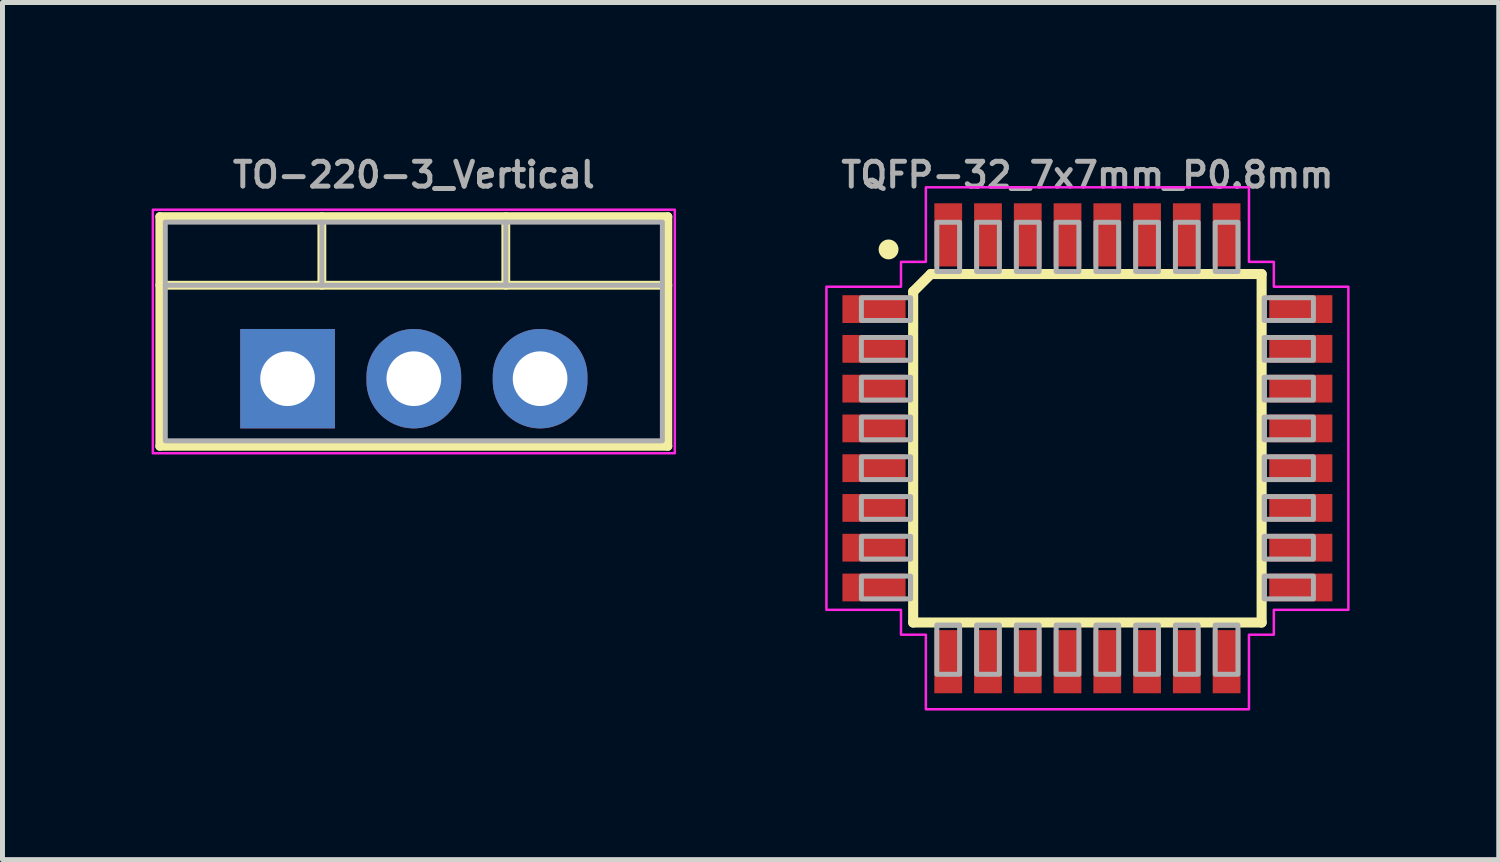
<source format=kicad_pcb>
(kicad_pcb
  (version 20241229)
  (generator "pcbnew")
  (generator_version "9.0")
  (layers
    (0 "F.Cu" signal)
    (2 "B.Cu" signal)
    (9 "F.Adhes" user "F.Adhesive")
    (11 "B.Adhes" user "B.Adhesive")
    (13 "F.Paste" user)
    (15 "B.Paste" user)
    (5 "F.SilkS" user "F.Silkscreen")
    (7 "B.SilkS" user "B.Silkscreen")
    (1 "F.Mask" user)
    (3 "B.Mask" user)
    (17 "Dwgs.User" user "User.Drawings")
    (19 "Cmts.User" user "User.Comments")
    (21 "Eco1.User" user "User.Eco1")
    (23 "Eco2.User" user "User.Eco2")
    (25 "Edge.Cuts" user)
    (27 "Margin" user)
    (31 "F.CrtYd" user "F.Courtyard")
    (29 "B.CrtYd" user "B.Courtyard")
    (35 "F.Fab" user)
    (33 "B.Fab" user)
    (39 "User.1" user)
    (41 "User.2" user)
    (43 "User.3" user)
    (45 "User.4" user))
  (footprint "TQFP-32_7x7mm_P0.8mm"
    (layer "F.Cu")
    (at 18.825 5.968)
    (property "Reference" "TQFP-32_7x7mm_P0.8mm" (at 0 -5.5 0) (unlocked yes) (layer "F.Fab") (effects (font (size 0.5 0.5) (thickness 0.1))))
    (fp_line (start -3.505 3.505) (end -3.505 -3.15) (stroke (width 0.203) (type solid)) (layer "F.SilkS"))
    (fp_line (start -3.15 -3.505) (end -3.505 -3.15) (stroke (width 0.203) (type solid)) (layer "F.SilkS"))
    (fp_line (start -3.15 -3.505) (end 3.505 -3.505) (stroke (width 0.203) (type solid)) (layer "F.SilkS"))
    (fp_line (start 3.505 -3.505) (end 3.505 3.505) (stroke (width 0.203) (type solid)) (layer "F.SilkS"))
    (fp_line (start 3.505 3.505) (end -3.505 3.505) (stroke (width 0.203) (type solid)) (layer "F.SilkS"))
    (fp_circle (center -4 -4) (end -4.1 -4) (stroke (width 0.2) (type solid)) (fill yes) (layer "F.SilkS"))
    (fp_poly (pts (xy 3.25 -3.75) (xy 3.75 -3.75) (xy 3.75 -3.25) (xy 5.25 -3.25) (xy 5.25 3.25) (xy 3.75 3.25) (xy 3.75 3.75) (xy 3.25 3.75) (xy 3.25 5.25) (xy -3.25 5.25) (xy -3.25 3.75) (xy -3.75 3.75) (xy -3.75 3.25) (xy -5.25 3.25) (xy -5.25 -3.25) (xy -3.75 -3.25) (xy -3.75 -3.75) (xy -3.25 -3.75) (xy -3.25 -5.25) (xy 3.25 -5.25)) (stroke (width 0.05) (type solid)) (fill no) (layer "F.CrtYd"))
    (fp_poly (pts (xy -4.547 -2.571) (xy -3.556 -2.571) (xy -3.556 -3.029) (xy -4.547 -3.029)) (stroke (width 0.1) (type default)) (fill no) (layer "F.Fab"))
    (fp_poly (pts (xy -4.547 -1.771) (xy -3.556 -1.771) (xy -3.556 -2.229) (xy -4.547 -2.229)) (stroke (width 0.1) (type default)) (fill no) (layer "F.Fab"))
    (fp_poly (pts (xy -4.547 -0.971) (xy -3.556 -0.971) (xy -3.556 -1.429) (xy -4.547 -1.429)) (stroke (width 0.1) (type default)) (fill no) (layer "F.Fab"))
    (fp_poly (pts (xy -4.547 -0.171) (xy -3.556 -0.171) (xy -3.556 -0.629) (xy -4.547 -0.629)) (stroke (width 0.1) (type default)) (fill no) (layer "F.Fab"))
    (fp_poly (pts (xy -4.547 0.629) (xy -3.556 0.629) (xy -3.556 0.171) (xy -4.547 0.171)) (stroke (width 0.1) (type default)) (fill no) (layer "F.Fab"))
    (fp_poly (pts (xy -4.547 1.429) (xy -3.556 1.429) (xy -3.556 0.971) (xy -4.547 0.971)) (stroke (width 0.1) (type default)) (fill no) (layer "F.Fab"))
    (fp_poly (pts (xy -4.547 2.229) (xy -3.556 2.229) (xy -3.556 1.771) (xy -4.547 1.771)) (stroke (width 0.1) (type default)) (fill no) (layer "F.Fab"))
    (fp_poly (pts (xy -4.547 3.029) (xy -3.556 3.029) (xy -3.556 2.571) (xy -4.547 2.571)) (stroke (width 0.1) (type default)) (fill no) (layer "F.Fab"))
    (fp_poly (pts (xy -3.029 -3.556) (xy -2.571 -3.556) (xy -2.571 -4.547) (xy -3.029 -4.547)) (stroke (width 0.1) (type default)) (fill no) (layer "F.Fab"))
    (fp_poly (pts (xy -3.029 4.547) (xy -2.571 4.547) (xy -2.571 3.556) (xy -3.029 3.556)) (stroke (width 0.1) (type default)) (fill no) (layer "F.Fab"))
    (fp_poly (pts (xy -2.229 -3.556) (xy -1.771 -3.556) (xy -1.771 -4.547) (xy -2.229 -4.547)) (stroke (width 0.1) (type default)) (fill no) (layer "F.Fab"))
    (fp_poly (pts (xy -2.229 4.547) (xy -1.771 4.547) (xy -1.771 3.556) (xy -2.229 3.556)) (stroke (width 0.1) (type default)) (fill no) (layer "F.Fab"))
    (fp_poly (pts (xy -1.429 -3.556) (xy -0.971 -3.556) (xy -0.971 -4.547) (xy -1.429 -4.547)) (stroke (width 0.1) (type default)) (fill no) (layer "F.Fab"))
    (fp_poly (pts (xy -1.429 4.547) (xy -0.971 4.547) (xy -0.971 3.556) (xy -1.429 3.556)) (stroke (width 0.1) (type default)) (fill no) (layer "F.Fab"))
    (fp_poly (pts (xy -0.629 -3.556) (xy -0.171 -3.556) (xy -0.171 -4.547) (xy -0.629 -4.547)) (stroke (width 0.1) (type default)) (fill no) (layer "F.Fab"))
    (fp_poly (pts (xy -0.629 4.547) (xy -0.171 4.547) (xy -0.171 3.556) (xy -0.629 3.556)) (stroke (width 0.1) (type default)) (fill no) (layer "F.Fab"))
    (fp_poly (pts (xy 0.171 -3.556) (xy 0.629 -3.556) (xy 0.629 -4.547) (xy 0.171 -4.547)) (stroke (width 0.1) (type default)) (fill no) (layer "F.Fab"))
    (fp_poly (pts (xy 0.171 4.547) (xy 0.629 4.547) (xy 0.629 3.556) (xy 0.171 3.556)) (stroke (width 0.1) (type default)) (fill no) (layer "F.Fab"))
    (fp_poly (pts (xy 0.971 -3.556) (xy 1.429 -3.556) (xy 1.429 -4.547) (xy 0.971 -4.547)) (stroke (width 0.1) (type default)) (fill no) (layer "F.Fab"))
    (fp_poly (pts (xy 0.971 4.547) (xy 1.429 4.547) (xy 1.429 3.556) (xy 0.971 3.556)) (stroke (width 0.1) (type default)) (fill no) (layer "F.Fab"))
    (fp_poly (pts (xy 1.771 -3.556) (xy 2.229 -3.556) (xy 2.229 -4.547) (xy 1.771 -4.547)) (stroke (width 0.1) (type default)) (fill no) (layer "F.Fab"))
    (fp_poly (pts (xy 1.771 4.547) (xy 2.229 4.547) (xy 2.229 3.556) (xy 1.771 3.556)) (stroke (width 0.1) (type default)) (fill no) (layer "F.Fab"))
    (fp_poly (pts (xy 2.571 -3.556) (xy 3.029 -3.556) (xy 3.029 -4.547) (xy 2.571 -4.547)) (stroke (width 0.1) (type default)) (fill no) (layer "F.Fab"))
    (fp_poly (pts (xy 2.571 4.547) (xy 3.029 4.547) (xy 3.029 3.556) (xy 2.571 3.556)) (stroke (width 0.1) (type default)) (fill no) (layer "F.Fab"))
    (fp_poly (pts (xy 3.556 -2.571) (xy 4.547 -2.571) (xy 4.547 -3.029) (xy 3.556 -3.029)) (stroke (width 0.1) (type default)) (fill no) (layer "F.Fab"))
    (fp_poly (pts (xy 3.556 -1.771) (xy 4.547 -1.771) (xy 4.547 -2.229) (xy 3.556 -2.229)) (stroke (width 0.1) (type default)) (fill no) (layer "F.Fab"))
    (fp_poly (pts (xy 3.556 -0.971) (xy 4.547 -0.971) (xy 4.547 -1.429) (xy 3.556 -1.429)) (stroke (width 0.1) (type default)) (fill no) (layer "F.Fab"))
    (fp_poly (pts (xy 3.556 -0.171) (xy 4.547 -0.171) (xy 4.547 -0.629) (xy 3.556 -0.629)) (stroke (width 0.1) (type default)) (fill no) (layer "F.Fab"))
    (fp_poly (pts (xy 3.556 0.629) (xy 4.547 0.629) (xy 4.547 0.171) (xy 3.556 0.171)) (stroke (width 0.1) (type default)) (fill no) (layer "F.Fab"))
    (fp_poly (pts (xy 3.556 1.429) (xy 4.547 1.429) (xy 4.547 0.971) (xy 3.556 0.971)) (stroke (width 0.1) (type default)) (fill no) (layer "F.Fab"))
    (fp_poly (pts (xy 3.556 2.229) (xy 4.547 2.229) (xy 4.547 1.771) (xy 3.556 1.771)) (stroke (width 0.1) (type default)) (fill no) (layer "F.Fab"))
    (fp_poly (pts (xy 3.556 3.029) (xy 4.547 3.029) (xy 4.547 2.571) (xy 3.556 2.571)) (stroke (width 0.1) (type default)) (fill no) (layer "F.Fab"))
    (pad "1" smd rect (at -4.293 -2.8) (size 1.27 0.559) (layers "F.Cu" "F.Mask" "F.Paste"))
    (pad "2" smd rect (at -4.293 -2) (size 1.27 0.559) (layers "F.Cu" "F.Mask" "F.Paste"))
    (pad "3" smd rect (at -4.293 -1.2) (size 1.27 0.559) (layers "F.Cu" "F.Mask" "F.Paste"))
    (pad "4" smd rect (at -4.293 -0.4) (size 1.27 0.559) (layers "F.Cu" "F.Mask" "F.Paste"))
    (pad "5" smd rect (at -4.293 0.4) (size 1.27 0.559) (layers "F.Cu" "F.Mask" "F.Paste"))
    (pad "6" smd rect (at -4.293 1.2) (size 1.27 0.559) (layers "F.Cu" "F.Mask" "F.Paste"))
    (pad "7" smd rect (at -4.293 2) (size 1.27 0.559) (layers "F.Cu" "F.Mask" "F.Paste"))
    (pad "8" smd rect (at -4.293 2.8) (size 1.27 0.559) (layers "F.Cu" "F.Mask" "F.Paste"))
    (pad "9" smd rect (at -2.8 4.293) (size 0.559 1.27) (layers "F.Cu" "F.Mask" "F.Paste"))
    (pad "10" smd rect (at -2 4.293) (size 0.559 1.27) (layers "F.Cu" "F.Mask" "F.Paste"))
    (pad "11" smd rect (at -1.2 4.293) (size 0.559 1.27) (layers "F.Cu" "F.Mask" "F.Paste"))
    (pad "12" smd rect (at -0.4 4.293) (size 0.559 1.27) (layers "F.Cu" "F.Mask" "F.Paste"))
    (pad "13" smd rect (at 0.4 4.293) (size 0.559 1.27) (layers "F.Cu" "F.Mask" "F.Paste"))
    (pad "14" smd rect (at 1.2 4.293) (size 0.559 1.27) (layers "F.Cu" "F.Mask" "F.Paste"))
    (pad "15" smd rect (at 2 4.293) (size 0.559 1.27) (layers "F.Cu" "F.Mask" "F.Paste"))
    (pad "16" smd rect (at 2.8 4.293) (size 0.559 1.27) (layers "F.Cu" "F.Mask" "F.Paste"))
    (pad "17" smd rect (at 4.293 2.8) (size 1.27 0.559) (layers "F.Cu" "F.Mask" "F.Paste"))
    (pad "18" smd rect (at 4.293 2) (size 1.27 0.559) (layers "F.Cu" "F.Mask" "F.Paste"))
    (pad "19" smd rect (at 4.293 1.2) (size 1.27 0.559) (layers "F.Cu" "F.Mask" "F.Paste"))
    (pad "20" smd rect (at 4.293 0.4) (size 1.27 0.559) (layers "F.Cu" "F.Mask" "F.Paste"))
    (pad "21" smd rect (at 4.293 -0.4) (size 1.27 0.559) (layers "F.Cu" "F.Mask" "F.Paste"))
    (pad "22" smd rect (at 4.293 -1.2) (size 1.27 0.559) (layers "F.Cu" "F.Mask" "F.Paste"))
    (pad "23" smd rect (at 4.293 -2) (size 1.27 0.559) (layers "F.Cu" "F.Mask" "F.Paste"))
    (pad "24" smd rect (at 4.293 -2.8) (size 1.27 0.559) (layers "F.Cu" "F.Mask" "F.Paste"))
    (pad "25" smd rect (at 2.8 -4.293) (size 0.559 1.27) (layers "F.Cu" "F.Mask" "F.Paste"))
    (pad "26" smd rect (at 2 -4.293) (size 0.559 1.27) (layers "F.Cu" "F.Mask" "F.Paste"))
    (pad "27" smd rect (at 1.2 -4.293) (size 0.559 1.27) (layers "F.Cu" "F.Mask" "F.Paste"))
    (pad "28" smd rect (at 0.4 -4.293) (size 0.559 1.27) (layers "F.Cu" "F.Mask" "F.Paste"))
    (pad "29" smd rect (at -0.4 -4.293) (size 0.559 1.27) (layers "F.Cu" "F.Mask" "F.Paste"))
    (pad "30" smd rect (at -1.2 -4.293) (size 0.559 1.27) (layers "F.Cu" "F.Mask" "F.Paste"))
    (pad "31" smd rect (at -2 -4.293) (size 0.559 1.27) (layers "F.Cu" "F.Mask" "F.Paste"))
    (pad "32" smd rect (at -2.8 -4.293) (size 0.559 1.27) (layers "F.Cu" "F.Mask" "F.Paste")))
  (footprint "TO-220-3_Vertical"
    (layer "F.Cu")
    (at 2.735 4.568)
    (property "Reference" "TO-220-3_Vertical" (at 2.54 -4.1 0) (layer "F.Fab") (effects (font (size 0.5 0.5) (thickness 0.1))))
    (attr through_hole)
    (fp_line (start -2.57 -3.26) (end 7.65 -3.26) (stroke (width 0.178) (type solid)) (layer "F.SilkS"))
    (fp_line (start -2.57 -1.88) (end 7.65 -1.88) (stroke (width 0.178) (type solid)) (layer "F.SilkS"))
    (fp_line (start -2.57 1.36) (end -2.57 -3.26) (stroke (width 0.178) (type solid)) (layer "F.SilkS"))
    (fp_line (start 0.69 -3.26) (end 0.69 -1.88) (stroke (width 0.178) (type solid)) (layer "F.SilkS"))
    (fp_line (start 4.39 -3.26) (end 4.39 -1.88) (stroke (width 0.178) (type solid)) (layer "F.SilkS"))
    (fp_line (start 7.65 -3.26) (end 7.65 1.36) (stroke (width 0.178) (type solid)) (layer "F.SilkS"))
    (fp_line (start 7.65 1.36) (end -2.57 1.36) (stroke (width 0.178) (type solid)) (layer "F.SilkS"))
    (fp_rect (start -2.71 -3.4) (end 7.79 1.5) (stroke (width 0.05) (type solid)) (fill no) (layer "F.CrtYd"))
    (fp_line (start -2.46 -1.88) (end 7.54 -1.88) (stroke (width 0.1) (type solid)) (layer "F.Fab"))
    (fp_line (start 0.69 -3.15) (end 0.69 -1.88) (stroke (width 0.1) (type solid)) (layer "F.Fab"))
    (fp_line (start 4.39 -3.15) (end 4.39 -1.88) (stroke (width 0.1) (type solid)) (layer "F.Fab"))
    (fp_rect (start -2.46 -3.15) (end 7.54 1.25) (stroke (width 0.1) (type solid)) (fill no) (layer "F.Fab"))
    (pad "1" thru_hole rect (at 0 0) (size 1.905 2) (drill 1.1) (layers "*.Cu" "*.Mask"))
    (pad "2" thru_hole oval (at 2.54 0) (size 1.905 2) (drill 1.1) (layers "*.Cu" "*.Mask"))
    (pad "3" thru_hole oval (at 5.08 0) (size 1.905 2) (drill 1.1) (layers "*.Cu" "*.Mask")))
  (gr_rect
    (start -3 -3)
    (end 27.1 14.243)
    (stroke (width 0.1) (type default))
    (fill no)
    (layer "Edge.Cuts")))
</source>
